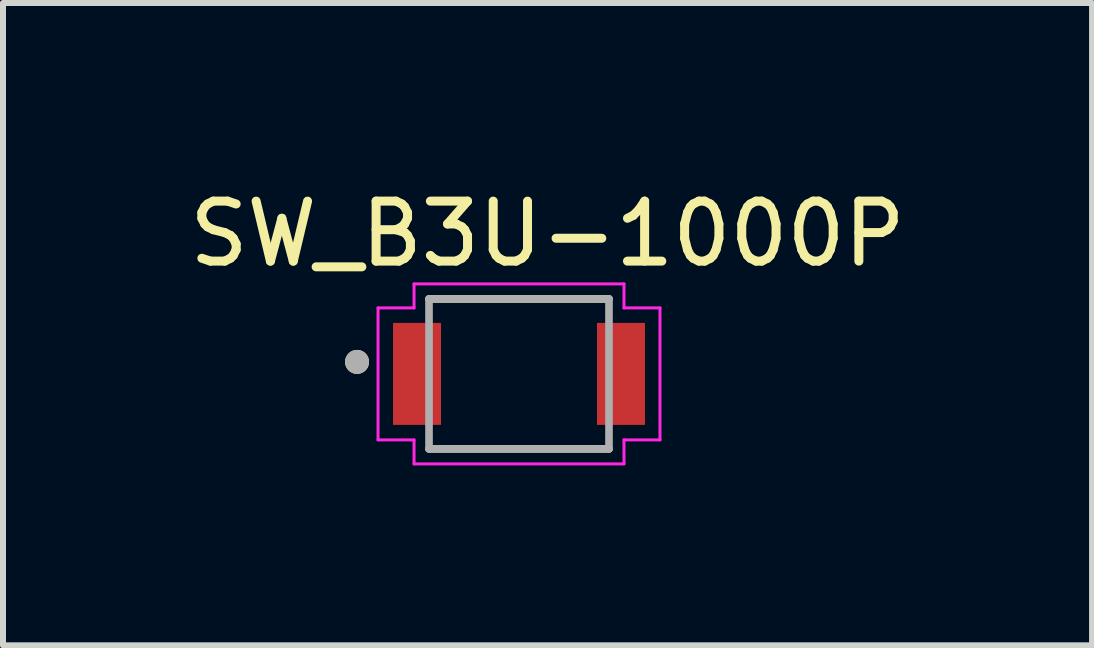
<source format=kicad_pcb>
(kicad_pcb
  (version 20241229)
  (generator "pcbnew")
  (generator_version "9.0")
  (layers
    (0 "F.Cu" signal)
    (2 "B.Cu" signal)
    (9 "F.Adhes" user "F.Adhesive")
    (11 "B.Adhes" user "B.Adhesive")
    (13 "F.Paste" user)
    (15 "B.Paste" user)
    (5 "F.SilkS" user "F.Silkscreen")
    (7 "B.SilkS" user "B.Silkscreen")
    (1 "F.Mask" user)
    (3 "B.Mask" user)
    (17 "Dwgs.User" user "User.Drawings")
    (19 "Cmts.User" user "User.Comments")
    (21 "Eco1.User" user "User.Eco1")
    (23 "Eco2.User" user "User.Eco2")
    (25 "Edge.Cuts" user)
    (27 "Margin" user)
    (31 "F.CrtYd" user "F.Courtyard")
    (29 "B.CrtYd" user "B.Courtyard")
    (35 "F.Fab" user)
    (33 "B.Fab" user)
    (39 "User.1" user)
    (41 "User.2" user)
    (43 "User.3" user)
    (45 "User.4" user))
  (footprint "SW_B3U-1000P"
    (layer "F.Cu")
    (at 5.602 3.183)
    (property "Reference" "SW_B3U-1000P" (at 0.475 -2.335 0) (layer "F.SilkS") (effects (font (size 1 1) (thickness 0.15))))
    (attr smd)
    (fp_line (start -1.5 -1.25) (end 1.5 -1.25) (stroke (width 0.127) (type solid)) (layer "F.SilkS"))
    (fp_line (start -1.5 1.25) (end 1.5 1.25) (stroke (width 0.127) (type solid)) (layer "F.SilkS"))
    (fp_circle (center -2.7 -0.2) (end -2.6 -0.2) (stroke (width 0.2) (type solid)) (fill no) (layer "F.SilkS"))
    (fp_line (start -2.35 -1.1) (end -1.75 -1.1) (stroke (width 0.05) (type solid)) (layer "F.CrtYd"))
    (fp_line (start -2.35 1.1) (end -2.35 -1.1) (stroke (width 0.05) (type solid)) (layer "F.CrtYd"))
    (fp_line (start -1.75 -1.5) (end 1.75 -1.5) (stroke (width 0.05) (type solid)) (layer "F.CrtYd"))
    (fp_line (start -1.75 -1.1) (end -1.75 -1.5) (stroke (width 0.05) (type solid)) (layer "F.CrtYd"))
    (fp_line (start -1.75 1.1) (end -2.35 1.1) (stroke (width 0.05) (type solid)) (layer "F.CrtYd"))
    (fp_line (start -1.75 1.5) (end -1.75 1.1) (stroke (width 0.05) (type solid)) (layer "F.CrtYd"))
    (fp_line (start 1.75 -1.5) (end 1.75 -1.1) (stroke (width 0.05) (type solid)) (layer "F.CrtYd"))
    (fp_line (start 1.75 -1.1) (end 2.35 -1.1) (stroke (width 0.05) (type solid)) (layer "F.CrtYd"))
    (fp_line (start 1.75 1.1) (end 1.75 1.5) (stroke (width 0.05) (type solid)) (layer "F.CrtYd"))
    (fp_line (start 1.75 1.5) (end -1.75 1.5) (stroke (width 0.05) (type solid)) (layer "F.CrtYd"))
    (fp_line (start 2.35 -1.1) (end 2.35 1.1) (stroke (width 0.05) (type solid)) (layer "F.CrtYd"))
    (fp_line (start 2.35 1.1) (end 1.75 1.1) (stroke (width 0.05) (type solid)) (layer "F.CrtYd"))
    (fp_line (start -1.5 1.25) (end -1.5 -1.25) (stroke (width 0.127) (type solid)) (layer "F.Fab"))
    (fp_line (start 1.5 -1.25) (end -1.5 -1.25) (stroke (width 0.127) (type solid)) (layer "F.Fab"))
    (fp_line (start 1.5 -1.25) (end 1.5 1.25) (stroke (width 0.127) (type solid)) (layer "F.Fab"))
    (fp_line (start 1.5 1.25) (end -1.5 1.25) (stroke (width 0.127) (type solid)) (layer "F.Fab"))
    (fp_circle (center -2.7 -0.2) (end -2.6 -0.2) (stroke (width 0.2) (type solid)) (fill no) (layer "F.Fab"))
    (pad "1" smd rect (at -1.7 0) (size 0.8 1.7) (layers "F.Cu" "F.Mask" "F.Paste"))
    (pad "2" smd rect (at 1.7 0) (size 0.8 1.7) (layers "F.Cu" "F.Mask" "F.Paste")))
  (gr_rect
    (start -3 -3)
    (end 15.155 7.708)
    (stroke (width 0.1) (type default))
    (fill no)
    (layer "Edge.Cuts")))
</source>
